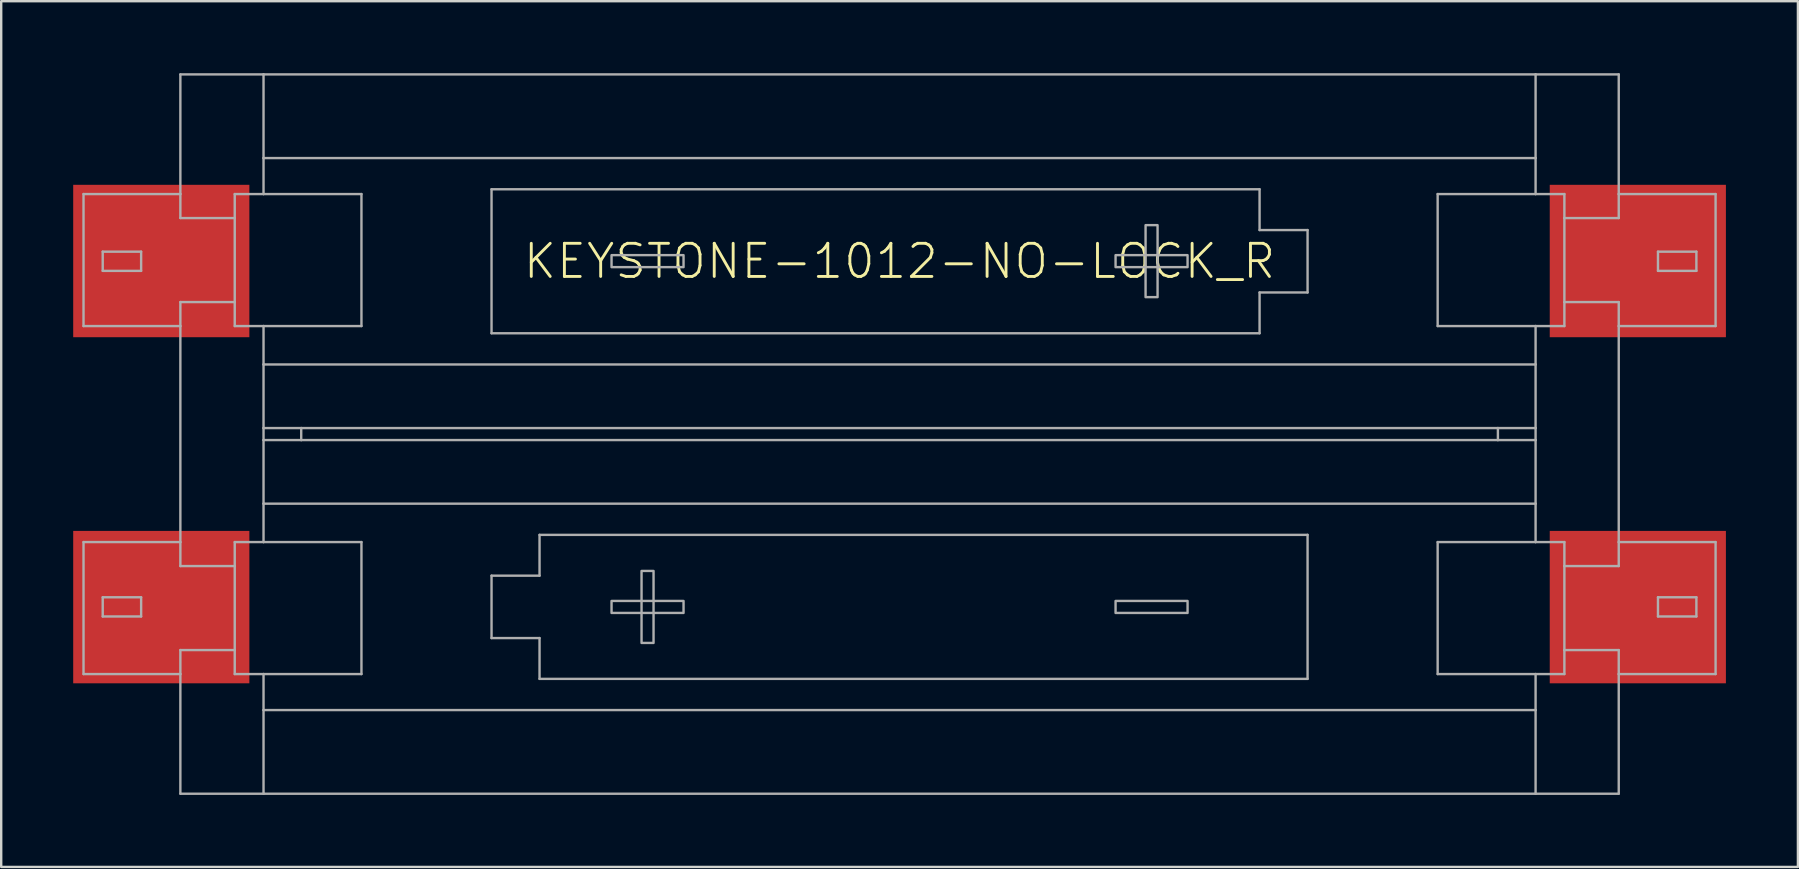
<source format=kicad_pcb>
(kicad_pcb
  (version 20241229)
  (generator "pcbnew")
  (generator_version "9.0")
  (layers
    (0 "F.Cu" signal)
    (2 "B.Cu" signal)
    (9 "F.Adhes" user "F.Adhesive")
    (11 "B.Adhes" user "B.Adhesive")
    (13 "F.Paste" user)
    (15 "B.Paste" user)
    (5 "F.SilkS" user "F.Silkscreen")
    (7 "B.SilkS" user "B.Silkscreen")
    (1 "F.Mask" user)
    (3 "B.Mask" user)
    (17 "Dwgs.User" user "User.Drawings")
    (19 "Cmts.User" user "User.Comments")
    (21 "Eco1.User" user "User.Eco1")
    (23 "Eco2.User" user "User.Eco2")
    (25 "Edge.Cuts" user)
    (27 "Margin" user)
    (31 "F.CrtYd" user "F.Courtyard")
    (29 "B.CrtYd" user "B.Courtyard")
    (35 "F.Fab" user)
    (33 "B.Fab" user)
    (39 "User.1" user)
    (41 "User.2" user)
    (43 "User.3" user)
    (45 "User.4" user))
  (footprint "KEYSTONE-1012-NO-LOCK_R"
    (layer "F.Cu")
    (at 34.43 15.035)
    (property "Reference" "KEYSTONE-1012-NO-LOCK_R" (at 0 -7.2 0) (unlocked yes) (layer "F.SilkS") (effects (font (size 1.38 1.38) (thickness 0.12))))
    (fp_line (start -34 -10) (end -34 -4.5) (stroke (width 0.1) (type solid)) (layer "F.Fab"))
    (fp_line (start -34 -4.5) (end -29.965 -4.5) (stroke (width 0.1) (type solid)) (layer "F.Fab"))
    (fp_line (start -34 4.5) (end -34 10) (stroke (width 0.1) (type solid)) (layer "F.Fab"))
    (fp_line (start -34 4.5) (end -29.965 4.5) (stroke (width 0.1) (type solid)) (layer "F.Fab"))
    (fp_line (start -34 10) (end -29.965 10) (stroke (width 0.1) (type solid)) (layer "F.Fab"))
    (fp_line (start -33.2 -7.6) (end -31.6 -7.6) (stroke (width 0.1) (type solid)) (layer "F.Fab"))
    (fp_line (start -33.2 -6.8) (end -33.2 -7.6) (stroke (width 0.1) (type solid)) (layer "F.Fab"))
    (fp_line (start -33.2 6.8) (end -31.6 6.8) (stroke (width 0.1) (type solid)) (layer "F.Fab"))
    (fp_line (start -33.2 7.6) (end -33.2 6.8) (stroke (width 0.1) (type solid)) (layer "F.Fab"))
    (fp_line (start -31.6 -7.6) (end -31.6 -6.8) (stroke (width 0.1) (type solid)) (layer "F.Fab"))
    (fp_line (start -31.6 -6.8) (end -33.2 -6.8) (stroke (width 0.1) (type solid)) (layer "F.Fab"))
    (fp_line (start -31.6 6.8) (end -31.6 7.6) (stroke (width 0.1) (type solid)) (layer "F.Fab"))
    (fp_line (start -31.6 7.6) (end -33.2 7.6) (stroke (width 0.1) (type solid)) (layer "F.Fab"))
    (fp_line (start -29.965 -14.985) (end -26.5 -14.985) (stroke (width 0.1) (type solid)) (layer "F.Fab"))
    (fp_line (start -29.965 -10) (end -34 -10) (stroke (width 0.1) (type solid)) (layer "F.Fab"))
    (fp_line (start -29.965 -10) (end -29.965 -14.985) (stroke (width 0.1) (type solid)) (layer "F.Fab"))
    (fp_line (start -29.965 -10) (end -29.965 -9) (stroke (width 0.1) (type solid)) (layer "F.Fab"))
    (fp_line (start -29.965 -9) (end -27.7 -9) (stroke (width 0.1) (type solid)) (layer "F.Fab"))
    (fp_line (start -29.965 -5.5) (end -29.965 -4.5) (stroke (width 0.1) (type solid)) (layer "F.Fab"))
    (fp_line (start -29.965 -5.5) (end -27.7 -5.5) (stroke (width 0.1) (type solid)) (layer "F.Fab"))
    (fp_line (start -29.965 4.5) (end -29.965 -4.5) (stroke (width 0.1) (type solid)) (layer "F.Fab"))
    (fp_line (start -29.965 4.5) (end -29.965 5.5) (stroke (width 0.1) (type solid)) (layer "F.Fab"))
    (fp_line (start -29.965 5.5) (end -27.7 5.5) (stroke (width 0.1) (type solid)) (layer "F.Fab"))
    (fp_line (start -29.965 9) (end -27.7 9) (stroke (width 0.1) (type solid)) (layer "F.Fab"))
    (fp_line (start -29.965 10) (end -29.965 9) (stroke (width 0.1) (type solid)) (layer "F.Fab"))
    (fp_line (start -29.965 10) (end -29.965 14.985) (stroke (width 0.1) (type solid)) (layer "F.Fab"))
    (fp_line (start -27.7 -9) (end -27.7 -10) (stroke (width 0.1) (type solid)) (layer "F.Fab"))
    (fp_line (start -27.7 -9) (end -27.7 -5.5) (stroke (width 0.1) (type solid)) (layer "F.Fab"))
    (fp_line (start -27.7 -5.5) (end -27.7 -4.5) (stroke (width 0.1) (type solid)) (layer "F.Fab"))
    (fp_line (start -27.7 -4.5) (end -26.5 -4.5) (stroke (width 0.1) (type solid)) (layer "F.Fab"))
    (fp_line (start -27.7 5.5) (end -27.7 4.5) (stroke (width 0.1) (type solid)) (layer "F.Fab"))
    (fp_line (start -27.7 5.5) (end -27.7 9) (stroke (width 0.1) (type solid)) (layer "F.Fab"))
    (fp_line (start -27.7 9) (end -27.7 10) (stroke (width 0.1) (type solid)) (layer "F.Fab"))
    (fp_line (start -27.7 10) (end -26.5 10) (stroke (width 0.1) (type solid)) (layer "F.Fab"))
    (fp_line (start -26.5 -14.985) (end 26.5 -14.985) (stroke (width 0.1) (type solid)) (layer "F.Fab"))
    (fp_line (start -26.5 -11.5) (end -26.5 -14.985) (stroke (width 0.1) (type solid)) (layer "F.Fab"))
    (fp_line (start -26.5 -11.5) (end -26.5 -10) (stroke (width 0.1) (type solid)) (layer "F.Fab"))
    (fp_line (start -26.5 -11.5) (end 26.5 -11.5) (stroke (width 0.1) (type solid)) (layer "F.Fab"))
    (fp_line (start -26.5 -10) (end -27.7 -10) (stroke (width 0.1) (type solid)) (layer "F.Fab"))
    (fp_line (start -26.5 -4.5) (end -22.42 -4.5) (stroke (width 0.1) (type solid)) (layer "F.Fab"))
    (fp_line (start -26.5 -2.9) (end -26.5 -4.5) (stroke (width 0.1) (type solid)) (layer "F.Fab"))
    (fp_line (start -26.5 -2.9) (end 26.5 -2.9) (stroke (width 0.1) (type solid)) (layer "F.Fab"))
    (fp_line (start -26.5 -0.25) (end -26.5 -2.9) (stroke (width 0.1) (type solid)) (layer "F.Fab"))
    (fp_line (start -26.5 -0.25) (end -24.93 -0.25) (stroke (width 0.1) (type solid)) (layer "F.Fab"))
    (fp_line (start -26.5 0.25) (end -26.5 -0.25) (stroke (width 0.1) (type solid)) (layer "F.Fab"))
    (fp_line (start -26.5 2.9) (end -26.5 0.25) (stroke (width 0.1) (type solid)) (layer "F.Fab"))
    (fp_line (start -26.5 2.9) (end -26.5 4.5) (stroke (width 0.1) (type solid)) (layer "F.Fab"))
    (fp_line (start -26.5 4.5) (end -27.7 4.5) (stroke (width 0.1) (type solid)) (layer "F.Fab"))
    (fp_line (start -26.5 10) (end -22.42 10) (stroke (width 0.1) (type solid)) (layer "F.Fab"))
    (fp_line (start -26.5 11.5) (end -26.5 10) (stroke (width 0.1) (type solid)) (layer "F.Fab"))
    (fp_line (start -26.5 11.5) (end -26.5 14.985) (stroke (width 0.1) (type solid)) (layer "F.Fab"))
    (fp_line (start -26.5 14.985) (end -29.965 14.985) (stroke (width 0.1) (type solid)) (layer "F.Fab"))
    (fp_line (start -24.93 -0.25) (end -24.93 0.25) (stroke (width 0.1) (type solid)) (layer "F.Fab"))
    (fp_line (start -24.93 -0.25) (end 24.93 -0.25) (stroke (width 0.1) (type solid)) (layer "F.Fab"))
    (fp_line (start -24.93 0.25) (end -26.5 0.25) (stroke (width 0.1) (type solid)) (layer "F.Fab"))
    (fp_line (start -22.42 -10) (end -26.5 -10) (stroke (width 0.1) (type solid)) (layer "F.Fab"))
    (fp_line (start -22.42 -4.5) (end -22.42 -10) (stroke (width 0.1) (type solid)) (layer "F.Fab"))
    (fp_line (start -22.42 4.5) (end -26.5 4.5) (stroke (width 0.1) (type solid)) (layer "F.Fab"))
    (fp_line (start -22.42 10) (end -22.42 4.5) (stroke (width 0.1) (type solid)) (layer "F.Fab"))
    (fp_line (start -17 -10.2) (end -17 -4.2) (stroke (width 0.1) (type solid)) (layer "F.Fab"))
    (fp_line (start -17 -10.2) (end 15 -10.2) (stroke (width 0.1) (type solid)) (layer "F.Fab"))
    (fp_line (start -17 -4.2) (end 15 -4.2) (stroke (width 0.1) (type solid)) (layer "F.Fab"))
    (fp_line (start -17 5.9) (end -17 8.5) (stroke (width 0.1) (type solid)) (layer "F.Fab"))
    (fp_line (start -17 8.5) (end -15 8.5) (stroke (width 0.1) (type solid)) (layer "F.Fab"))
    (fp_line (start -15 4.2) (end -15 5.9) (stroke (width 0.1) (type solid)) (layer "F.Fab"))
    (fp_line (start -15 5.9) (end -17 5.9) (stroke (width 0.1) (type solid)) (layer "F.Fab"))
    (fp_line (start -15 10.2) (end -15 8.5) (stroke (width 0.1) (type solid)) (layer "F.Fab"))
    (fp_line (start 15 -10.2) (end 15 -8.5) (stroke (width 0.1) (type solid)) (layer "F.Fab"))
    (fp_line (start 15 -5.9) (end 17 -5.9) (stroke (width 0.1) (type solid)) (layer "F.Fab"))
    (fp_line (start 15 -4.2) (end 15 -5.9) (stroke (width 0.1) (type solid)) (layer "F.Fab"))
    (fp_line (start 17 -8.5) (end 15 -8.5) (stroke (width 0.1) (type solid)) (layer "F.Fab"))
    (fp_line (start 17 -5.9) (end 17 -8.5) (stroke (width 0.1) (type solid)) (layer "F.Fab"))
    (fp_line (start 17 4.2) (end -15 4.2) (stroke (width 0.1) (type solid)) (layer "F.Fab"))
    (fp_line (start 17 10.2) (end -15 10.2) (stroke (width 0.1) (type solid)) (layer "F.Fab"))
    (fp_line (start 17 10.2) (end 17 4.2) (stroke (width 0.1) (type solid)) (layer "F.Fab"))
    (fp_line (start 22.42 -10) (end 22.42 -4.5) (stroke (width 0.1) (type solid)) (layer "F.Fab"))
    (fp_line (start 22.42 -4.5) (end 26.5 -4.5) (stroke (width 0.1) (type solid)) (layer "F.Fab"))
    (fp_line (start 22.42 4.5) (end 22.42 10) (stroke (width 0.1) (type solid)) (layer "F.Fab"))
    (fp_line (start 22.42 10) (end 26.5 10) (stroke (width 0.1) (type solid)) (layer "F.Fab"))
    (fp_line (start 24.93 -0.25) (end 24.93 0.25) (stroke (width 0.1) (type solid)) (layer "F.Fab"))
    (fp_line (start 24.93 -0.25) (end 26.5 -0.25) (stroke (width 0.1) (type solid)) (layer "F.Fab"))
    (fp_line (start 24.93 0.25) (end -24.93 0.25) (stroke (width 0.1) (type solid)) (layer "F.Fab"))
    (fp_line (start 26.5 -14.985) (end 26.5 -11.5) (stroke (width 0.1) (type solid)) (layer "F.Fab"))
    (fp_line (start 26.5 -14.985) (end 29.965 -14.985) (stroke (width 0.1) (type solid)) (layer "F.Fab"))
    (fp_line (start 26.5 -11.5) (end 26.5 -10) (stroke (width 0.1) (type solid)) (layer "F.Fab"))
    (fp_line (start 26.5 -10) (end 22.42 -10) (stroke (width 0.1) (type solid)) (layer "F.Fab"))
    (fp_line (start 26.5 -4.5) (end 27.7 -4.5) (stroke (width 0.1) (type solid)) (layer "F.Fab"))
    (fp_line (start 26.5 -2.9) (end 26.5 -4.5) (stroke (width 0.1) (type solid)) (layer "F.Fab"))
    (fp_line (start 26.5 -2.9) (end 26.5 -0.25) (stroke (width 0.1) (type solid)) (layer "F.Fab"))
    (fp_line (start 26.5 -0.25) (end 26.5 0.25) (stroke (width 0.1) (type solid)) (layer "F.Fab"))
    (fp_line (start 26.5 0.25) (end 24.93 0.25) (stroke (width 0.1) (type solid)) (layer "F.Fab"))
    (fp_line (start 26.5 0.25) (end 26.5 2.9) (stroke (width 0.1) (type solid)) (layer "F.Fab"))
    (fp_line (start 26.5 2.9) (end -26.5 2.9) (stroke (width 0.1) (type solid)) (layer "F.Fab"))
    (fp_line (start 26.5 2.9) (end 26.5 4.5) (stroke (width 0.1) (type solid)) (layer "F.Fab"))
    (fp_line (start 26.5 4.5) (end 22.42 4.5) (stroke (width 0.1) (type solid)) (layer "F.Fab"))
    (fp_line (start 26.5 10) (end 27.7 10) (stroke (width 0.1) (type solid)) (layer "F.Fab"))
    (fp_line (start 26.5 11.5) (end -26.5 11.5) (stroke (width 0.1) (type solid)) (layer "F.Fab"))
    (fp_line (start 26.5 11.5) (end 26.5 10) (stroke (width 0.1) (type solid)) (layer "F.Fab"))
    (fp_line (start 26.5 11.5) (end 26.5 14.985) (stroke (width 0.1) (type solid)) (layer "F.Fab"))
    (fp_line (start 26.5 14.985) (end -26.5 14.985) (stroke (width 0.1) (type solid)) (layer "F.Fab"))
    (fp_line (start 26.5 14.985) (end 29.965 14.985) (stroke (width 0.1) (type solid)) (layer "F.Fab"))
    (fp_line (start 27.7 -10) (end 26.5 -10) (stroke (width 0.1) (type solid)) (layer "F.Fab"))
    (fp_line (start 27.7 -9) (end 27.7 -10) (stroke (width 0.1) (type solid)) (layer "F.Fab"))
    (fp_line (start 27.7 -9) (end 27.7 -5.5) (stroke (width 0.1) (type solid)) (layer "F.Fab"))
    (fp_line (start 27.7 -5.5) (end 27.7 -4.5) (stroke (width 0.1) (type solid)) (layer "F.Fab"))
    (fp_line (start 27.7 4.5) (end 26.5 4.5) (stroke (width 0.1) (type solid)) (layer "F.Fab"))
    (fp_line (start 27.7 5.5) (end 27.7 4.5) (stroke (width 0.1) (type solid)) (layer "F.Fab"))
    (fp_line (start 27.7 9) (end 27.7 5.5) (stroke (width 0.1) (type solid)) (layer "F.Fab"))
    (fp_line (start 27.7 9) (end 27.7 10) (stroke (width 0.1) (type solid)) (layer "F.Fab"))
    (fp_line (start 29.965 -14.985) (end 29.965 -10) (stroke (width 0.1) (type solid)) (layer "F.Fab"))
    (fp_line (start 29.965 -10) (end 29.965 -9) (stroke (width 0.1) (type solid)) (layer "F.Fab"))
    (fp_line (start 29.965 -9) (end 27.7 -9) (stroke (width 0.1) (type solid)) (layer "F.Fab"))
    (fp_line (start 29.965 -5.5) (end 27.7 -5.5) (stroke (width 0.1) (type solid)) (layer "F.Fab"))
    (fp_line (start 29.965 -4.5) (end 29.965 -5.5) (stroke (width 0.1) (type solid)) (layer "F.Fab"))
    (fp_line (start 29.965 -4.5) (end 34 -4.5) (stroke (width 0.1) (type solid)) (layer "F.Fab"))
    (fp_line (start 29.965 4.5) (end 29.965 -4.5) (stroke (width 0.1) (type solid)) (layer "F.Fab"))
    (fp_line (start 29.965 5.5) (end 27.7 5.5) (stroke (width 0.1) (type solid)) (layer "F.Fab"))
    (fp_line (start 29.965 5.5) (end 29.965 4.5) (stroke (width 0.1) (type solid)) (layer "F.Fab"))
    (fp_line (start 29.965 9) (end 27.7 9) (stroke (width 0.1) (type solid)) (layer "F.Fab"))
    (fp_line (start 29.965 10) (end 29.965 9) (stroke (width 0.1) (type solid)) (layer "F.Fab"))
    (fp_line (start 29.965 10) (end 34 10) (stroke (width 0.1) (type solid)) (layer "F.Fab"))
    (fp_line (start 29.965 14.985) (end 29.965 10) (stroke (width 0.1) (type solid)) (layer "F.Fab"))
    (fp_line (start 31.6 -7.6) (end 33.2 -7.6) (stroke (width 0.1) (type solid)) (layer "F.Fab"))
    (fp_line (start 31.6 -6.8) (end 31.6 -7.6) (stroke (width 0.1) (type solid)) (layer "F.Fab"))
    (fp_line (start 31.6 6.8) (end 33.2 6.8) (stroke (width 0.1) (type solid)) (layer "F.Fab"))
    (fp_line (start 31.6 7.6) (end 31.6 6.8) (stroke (width 0.1) (type solid)) (layer "F.Fab"))
    (fp_line (start 33.2 -7.6) (end 33.2 -6.8) (stroke (width 0.1) (type solid)) (layer "F.Fab"))
    (fp_line (start 33.2 -6.8) (end 31.6 -6.8) (stroke (width 0.1) (type solid)) (layer "F.Fab"))
    (fp_line (start 33.2 6.8) (end 33.2 7.6) (stroke (width 0.1) (type solid)) (layer "F.Fab"))
    (fp_line (start 33.2 7.6) (end 31.6 7.6) (stroke (width 0.1) (type solid)) (layer "F.Fab"))
    (fp_line (start 34 -10) (end 29.965 -10) (stroke (width 0.1) (type solid)) (layer "F.Fab"))
    (fp_line (start 34 -4.5) (end 34 -10) (stroke (width 0.1) (type solid)) (layer "F.Fab"))
    (fp_line (start 34 4.5) (end 29.965 4.5) (stroke (width 0.1) (type solid)) (layer "F.Fab"))
    (fp_line (start 34 10) (end 34 4.5) (stroke (width 0.1) (type solid)) (layer "F.Fab"))
    (fp_poly (pts (xy -12 7.454) (xy -9 7.454) (xy -9 6.954) (xy -12 6.954)) (stroke (width 0.1) (type default)) (fill no) (layer "F.Fab"))
    (fp_poly (pts (xy -10.75 8.704) (xy -10.25 8.704) (xy -10.25 5.704) (xy -10.75 5.704)) (stroke (width 0.1) (type default)) (fill no) (layer "F.Fab"))
    (fp_poly (pts (xy -9 -7.454) (xy -12 -7.454) (xy -12 -6.954) (xy -9 -6.954)) (stroke (width 0.1) (type default)) (fill no) (layer "F.Fab"))
    (fp_poly (pts (xy 9 7.454) (xy 12 7.454) (xy 12 6.954) (xy 9 6.954)) (stroke (width 0.1) (type default)) (fill no) (layer "F.Fab"))
    (fp_poly (pts (xy 10.75 -8.704) (xy 10.25 -8.704) (xy 10.25 -5.704) (xy 10.75 -5.704)) (stroke (width 0.1) (type default)) (fill no) (layer "F.Fab"))
    (fp_poly (pts (xy 12 -7.454) (xy 9 -7.454) (xy 9 -6.954) (xy 12 -6.954)) (stroke (width 0.1) (type default)) (fill no) (layer "F.Fab"))
    (pad "M1" smd rect (at -30.76 -7.21 270) (size 6.35 7.34) (layers "F.Cu" "F.Mask" "F.Paste"))
    (pad "M2" smd rect (at 30.76 7.21 270) (size 6.35 7.34) (layers "F.Cu" "F.Mask" "F.Paste"))
    (pad "P1" smd rect (at 30.76 -7.21 270) (size 6.35 7.34) (layers "F.Cu" "F.Mask" "F.Paste"))
    (pad "P2" smd rect (at -30.76 7.21 270) (size 6.35 7.34) (layers "F.Cu" "F.Mask" "F.Paste")))
  (gr_rect
    (start -3 -3)
    (end 71.86 33.07)
    (stroke (width 0.1) (type default))
    (fill no)
    (layer "Edge.Cuts")))
</source>
